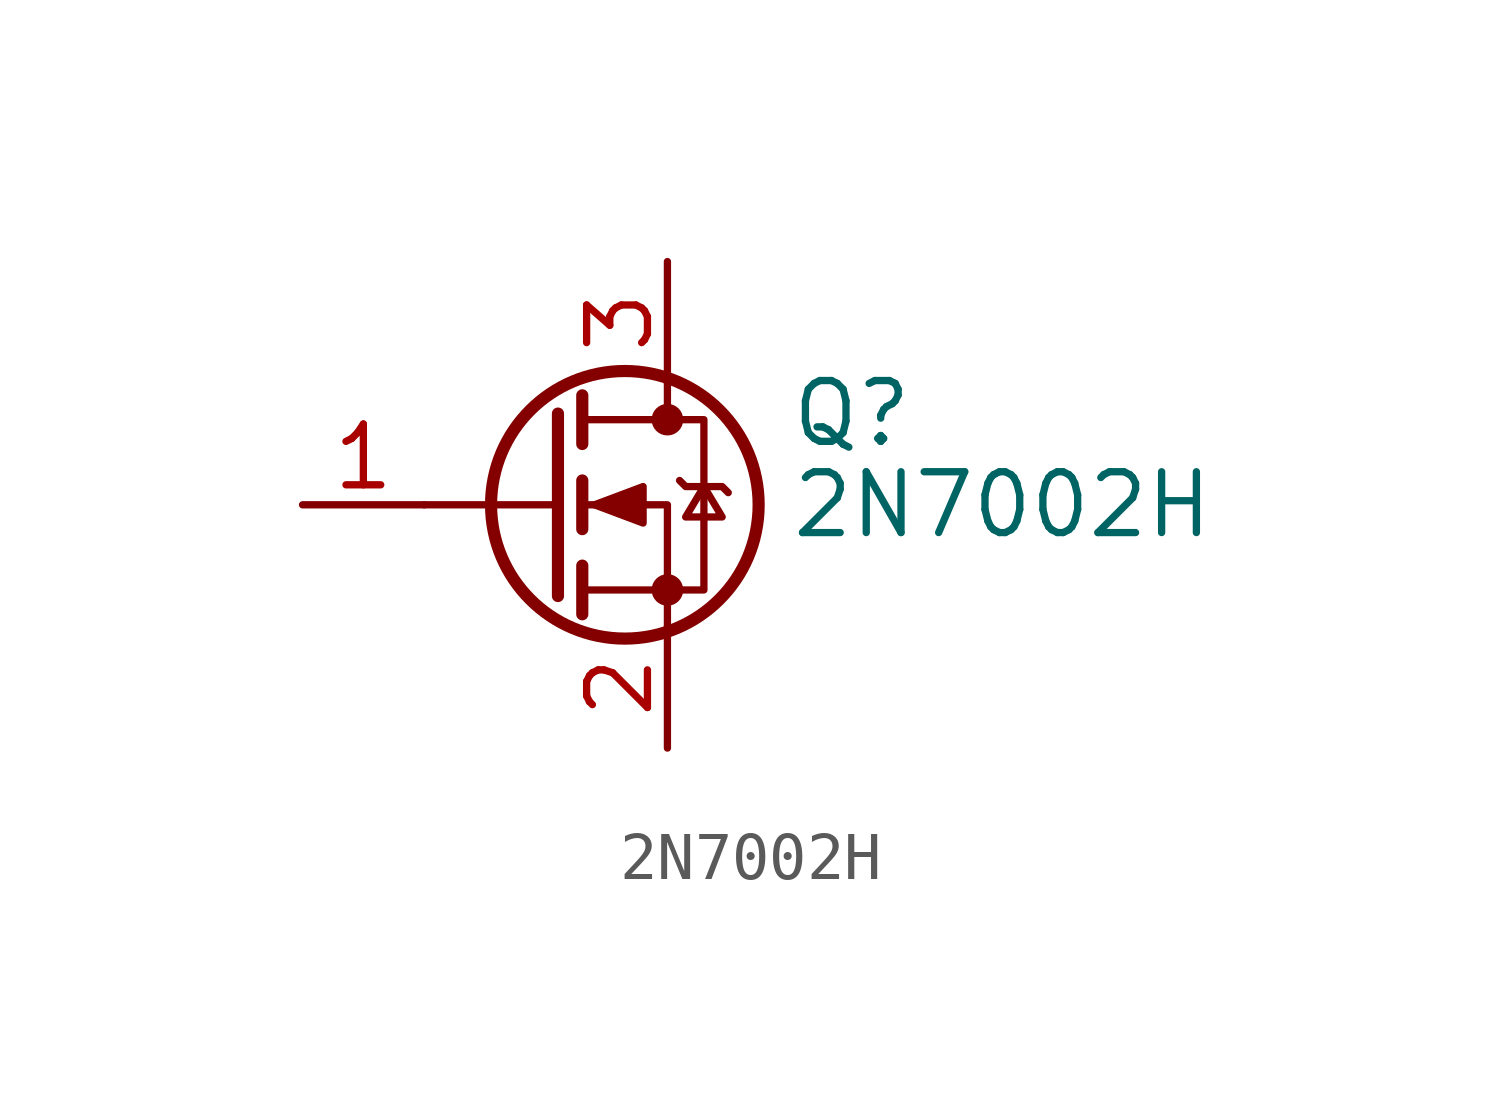
<source format=kicad_sym>
(kicad_symbol_lib
  (version 20220914)
  (generator kicad_symbol_editor)
  (symbol "2N7002H"
    (pin_names hide)
    (property "Reference" "Q"
      (at 5.08 1.905 0)
      (effects (font (size 1.27 1.27)) (justify left)))
    (property "Value" "2N7002H"
      (at 5.08 0 0)
      (effects (font (size 1.27 1.27)) (justify left)))
    (symbol "2N7002H_0_1"
      (polyline (pts (xy 0.254 0) (xy -2.54 0)) (stroke (width 0) (type default)) (fill (type none)))
      (polyline (pts (xy 0.254 1.905) (xy 0.254 -1.905)) (stroke (width 0.254) (type default)) (fill (type none)))
      (polyline (pts (xy 0.762 -1.27) (xy 0.762 -2.286)) (stroke (width 0.254) (type default)) (fill (type none)))
      (polyline (pts (xy 0.762 0.508) (xy 0.762 -0.508)) (stroke (width 0.254) (type default)) (fill (type none)))
      (polyline (pts (xy 0.762 2.286) (xy 0.762 1.27)) (stroke (width 0.254) (type default)) (fill (type none)))
      (polyline (pts (xy 2.54 2.54) (xy 2.54 1.778)) (stroke (width 0) (type default)) (fill (type none)))
      (polyline (pts (xy 2.54 -2.54) (xy 2.54 0) (xy 0.762 0)) (stroke (width 0) (type default)) (fill (type none)))
      (polyline (pts (xy 0.762 -1.778) (xy 3.302 -1.778) (xy 3.302 1.778) (xy 0.762 1.778)) (stroke (width 0) (type default)) (fill (type none)))
      (polyline (pts (xy 1.016 0) (xy 2.032 0.381) (xy 2.032 -0.381) (xy 1.016 0)) (stroke (width 0) (type default)) (fill (type outline)))
      (polyline (pts (xy 2.794 0.508) (xy 2.921 0.381) (xy 3.683 0.381) (xy 3.81 0.254)) (stroke (width 0) (type default)) (fill (type none)))
      (polyline (pts (xy 3.302 0.381) (xy 2.921 -0.254) (xy 3.683 -0.254) (xy 3.302 0.381)) (stroke (width 0) (type default)) (fill (type none)))
      (circle (center 1.651 0) (radius 2.794) (stroke (width 0.254) (type default)) (fill (type none)))
      (circle (center 2.54 -1.778) (radius 0.254) (stroke (width 0) (type default)) (fill (type outline)))
      (circle (center 2.54 1.778) (radius 0.254) (stroke (width 0) (type default)) (fill (type outline))))
    (symbol "2N7002H_1_1"
      (pin input line (at -5.08 0 0) (length 2.54) (name "G" (effects (font (size 1.27 1.27)))) (number "1" (effects (font (size 1.27 1.27)))))
      (pin passive line (at 2.54 -5.08 90) (length 2.54) (name "S" (effects (font (size 1.27 1.27)))) (number "2" (effects (font (size 1.27 1.27)))))
      (pin passive line (at 2.54 5.08 270) (length 2.54) (name "D" (effects (font (size 1.27 1.27)))) (number "3" (effects (font (size 1.27 1.27))))))))
</source>
